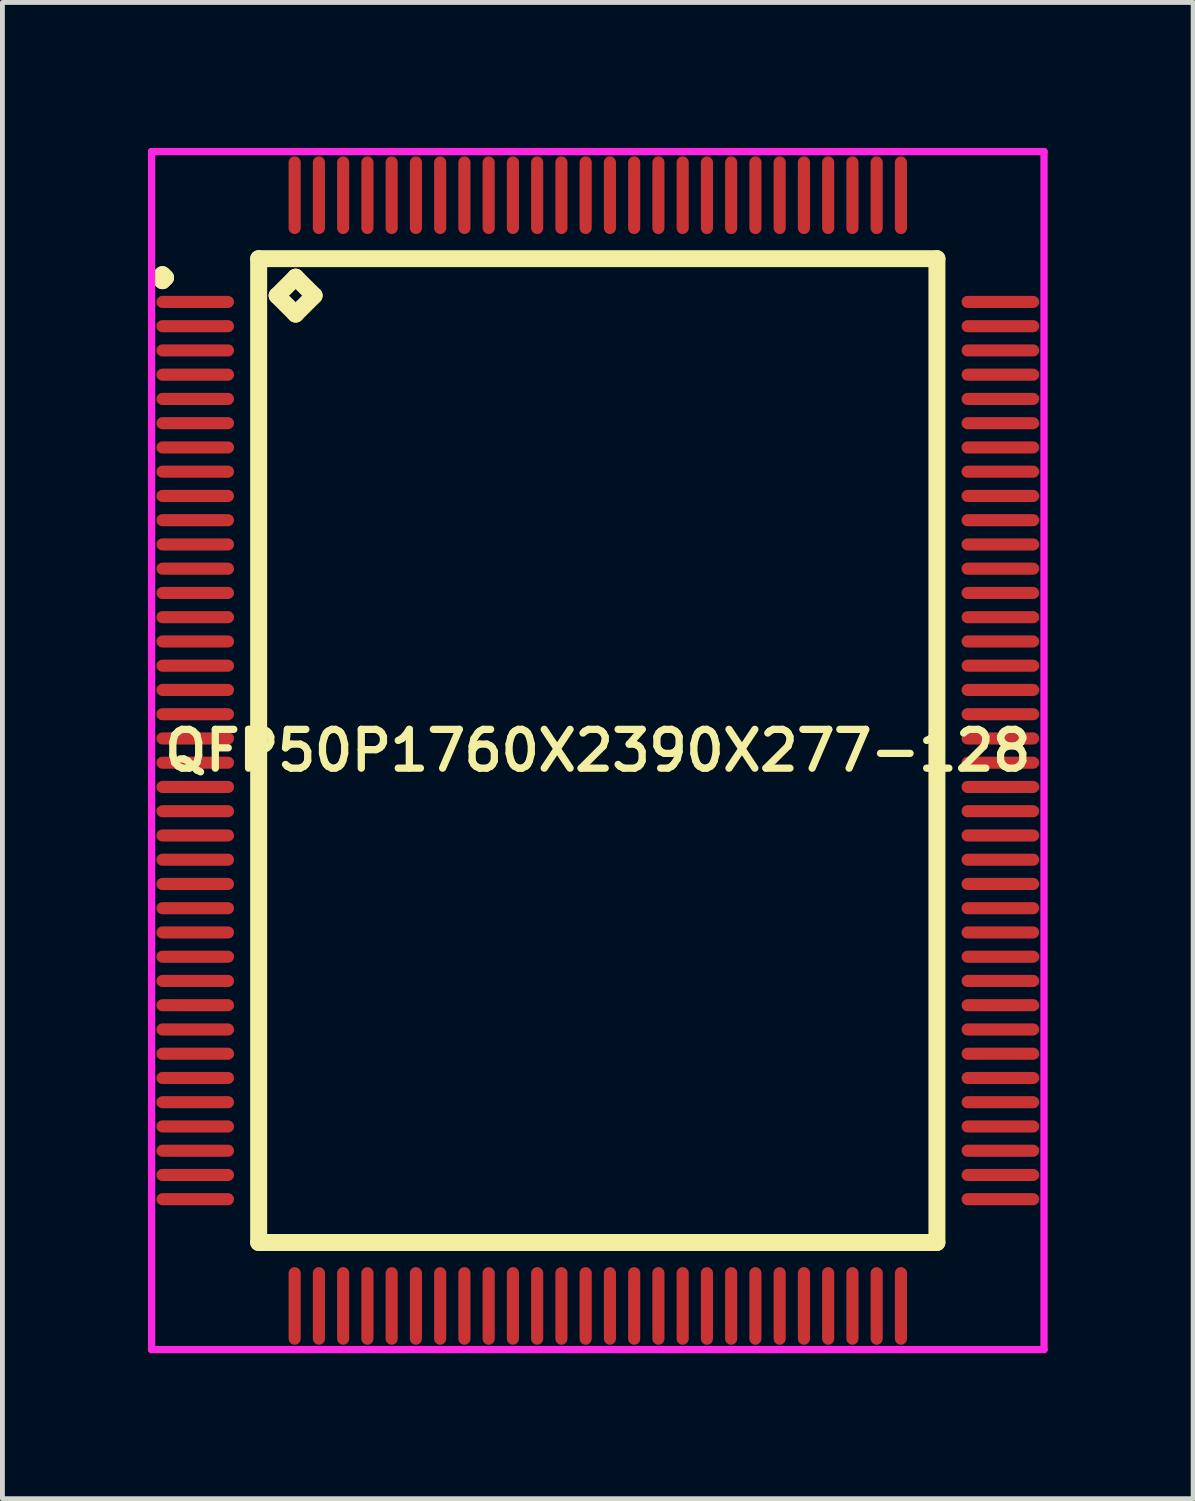
<source format=kicad_pcb>
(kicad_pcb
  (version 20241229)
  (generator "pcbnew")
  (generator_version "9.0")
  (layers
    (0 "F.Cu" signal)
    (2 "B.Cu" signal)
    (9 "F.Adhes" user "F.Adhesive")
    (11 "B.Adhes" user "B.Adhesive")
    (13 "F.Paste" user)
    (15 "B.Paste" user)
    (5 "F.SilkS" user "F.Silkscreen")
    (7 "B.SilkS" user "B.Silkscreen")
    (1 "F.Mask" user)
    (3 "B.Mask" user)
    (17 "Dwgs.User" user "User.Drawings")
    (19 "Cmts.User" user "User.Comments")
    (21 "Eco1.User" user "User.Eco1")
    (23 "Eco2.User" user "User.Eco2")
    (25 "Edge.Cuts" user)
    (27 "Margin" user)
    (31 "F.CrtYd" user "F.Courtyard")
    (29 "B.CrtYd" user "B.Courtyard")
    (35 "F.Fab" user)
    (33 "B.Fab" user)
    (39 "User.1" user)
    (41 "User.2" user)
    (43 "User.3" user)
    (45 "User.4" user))
  (footprint "QFP50P1760X2390X277-128"
    (layer "F.Cu")
    (at 9.275 12.425)
    (property "Reference" "QFP50P1760X2390X277-128" (at 0 0 0) (layer "F.SilkS") (effects (font (size 0.8 0.8) (thickness 0.15))))
    (attr through_hole)
    (fp_line (start -9.037 -9.75) (end -8.975 -9.812) (stroke (width 0.35) (type solid)) (layer "F.SilkS"))
    (fp_line (start -8.975 -9.812) (end -8.912 -9.75) (stroke (width 0.35) (type solid)) (layer "F.SilkS"))
    (fp_line (start -8.975 -9.688) (end -9.037 -9.75) (stroke (width 0.35) (type solid)) (layer "F.SilkS"))
    (fp_line (start -8.912 -9.75) (end -8.975 -9.688) (stroke (width 0.35) (type solid)) (layer "F.SilkS"))
    (fp_line (start -6.992 -10.142) (end -6.992 10.142) (stroke (width 0.35) (type solid)) (layer "F.SilkS"))
    (fp_line (start -6.992 10.142) (end 6.992 10.142) (stroke (width 0.35) (type solid)) (layer "F.SilkS"))
    (fp_line (start -6.611 -9.38) (end -6.23 -9.761) (stroke (width 0.35) (type solid)) (layer "F.SilkS"))
    (fp_line (start -6.23 -9.761) (end -5.849 -9.38) (stroke (width 0.35) (type solid)) (layer "F.SilkS"))
    (fp_line (start -6.23 -8.999) (end -6.611 -9.38) (stroke (width 0.35) (type solid)) (layer "F.SilkS"))
    (fp_line (start -5.849 -9.38) (end -6.23 -8.999) (stroke (width 0.35) (type solid)) (layer "F.SilkS"))
    (fp_line (start 6.992 -10.142) (end -6.992 -10.142) (stroke (width 0.35) (type solid)) (layer "F.SilkS"))
    (fp_line (start 6.992 10.142) (end 6.992 -10.142) (stroke (width 0.35) (type solid)) (layer "F.SilkS"))
    (fp_line (start -9.2 -12.35) (end 9.2 -12.35) (stroke (width 0.15) (type solid)) (layer "F.CrtYd"))
    (fp_line (start -9.2 12.35) (end -9.2 -12.35) (stroke (width 0.15) (type solid)) (layer "F.CrtYd"))
    (fp_line (start 9.2 -12.35) (end 9.2 12.35) (stroke (width 0.15) (type solid)) (layer "F.CrtYd"))
    (fp_line (start 9.2 12.35) (end -9.2 12.35) (stroke (width 0.15) (type solid)) (layer "F.CrtYd"))
    (pad "1" smd oval (at -8.3 -9.25) (size 1.6 0.25) (layers "F.Cu" "F.Mask" "F.Paste"))
    (pad "2" smd oval (at -8.3 -8.75) (size 1.6 0.25) (layers "F.Cu" "F.Mask" "F.Paste"))
    (pad "3" smd oval (at -8.3 -8.25) (size 1.6 0.25) (layers "F.Cu" "F.Mask" "F.Paste"))
    (pad "4" smd oval (at -8.3 -7.75) (size 1.6 0.25) (layers "F.Cu" "F.Mask" "F.Paste"))
    (pad "5" smd oval (at -8.3 -7.25) (size 1.6 0.25) (layers "F.Cu" "F.Mask" "F.Paste"))
    (pad "6" smd oval (at -8.3 -6.75) (size 1.6 0.25) (layers "F.Cu" "F.Mask" "F.Paste"))
    (pad "7" smd oval (at -8.3 -6.25) (size 1.6 0.25) (layers "F.Cu" "F.Mask" "F.Paste"))
    (pad "8" smd oval (at -8.3 -5.75) (size 1.6 0.25) (layers "F.Cu" "F.Mask" "F.Paste"))
    (pad "9" smd oval (at -8.3 -5.25) (size 1.6 0.25) (layers "F.Cu" "F.Mask" "F.Paste"))
    (pad "10" smd oval (at -8.3 -4.75) (size 1.6 0.25) (layers "F.Cu" "F.Mask" "F.Paste"))
    (pad "11" smd oval (at -8.3 -4.25) (size 1.6 0.25) (layers "F.Cu" "F.Mask" "F.Paste"))
    (pad "12" smd oval (at -8.3 -3.75) (size 1.6 0.25) (layers "F.Cu" "F.Mask" "F.Paste"))
    (pad "13" smd oval (at -8.3 -3.25) (size 1.6 0.25) (layers "F.Cu" "F.Mask" "F.Paste"))
    (pad "14" smd oval (at -8.3 -2.75) (size 1.6 0.25) (layers "F.Cu" "F.Mask" "F.Paste"))
    (pad "15" smd oval (at -8.3 -2.25) (size 1.6 0.25) (layers "F.Cu" "F.Mask" "F.Paste"))
    (pad "16" smd oval (at -8.3 -1.75) (size 1.6 0.25) (layers "F.Cu" "F.Mask" "F.Paste"))
    (pad "17" smd oval (at -8.3 -1.25) (size 1.6 0.25) (layers "F.Cu" "F.Mask" "F.Paste"))
    (pad "18" smd oval (at -8.3 -0.75) (size 1.6 0.25) (layers "F.Cu" "F.Mask" "F.Paste"))
    (pad "19" smd oval (at -8.3 -0.25) (size 1.6 0.25) (layers "F.Cu" "F.Mask" "F.Paste"))
    (pad "20" smd oval (at -8.3 0.25) (size 1.6 0.25) (layers "F.Cu" "F.Mask" "F.Paste"))
    (pad "21" smd oval (at -8.3 0.75) (size 1.6 0.25) (layers "F.Cu" "F.Mask" "F.Paste"))
    (pad "22" smd oval (at -8.3 1.25) (size 1.6 0.25) (layers "F.Cu" "F.Mask" "F.Paste"))
    (pad "23" smd oval (at -8.3 1.75) (size 1.6 0.25) (layers "F.Cu" "F.Mask" "F.Paste"))
    (pad "24" smd oval (at -8.3 2.25) (size 1.6 0.25) (layers "F.Cu" "F.Mask" "F.Paste"))
    (pad "25" smd oval (at -8.3 2.75) (size 1.6 0.25) (layers "F.Cu" "F.Mask" "F.Paste"))
    (pad "26" smd oval (at -8.3 3.25) (size 1.6 0.25) (layers "F.Cu" "F.Mask" "F.Paste"))
    (pad "27" smd oval (at -8.3 3.75) (size 1.6 0.25) (layers "F.Cu" "F.Mask" "F.Paste"))
    (pad "28" smd oval (at -8.3 4.25) (size 1.6 0.25) (layers "F.Cu" "F.Mask" "F.Paste"))
    (pad "29" smd oval (at -8.3 4.75) (size 1.6 0.25) (layers "F.Cu" "F.Mask" "F.Paste"))
    (pad "30" smd oval (at -8.3 5.25) (size 1.6 0.25) (layers "F.Cu" "F.Mask" "F.Paste"))
    (pad "31" smd oval (at -8.3 5.75) (size 1.6 0.25) (layers "F.Cu" "F.Mask" "F.Paste"))
    (pad "32" smd oval (at -8.3 6.25) (size 1.6 0.25) (layers "F.Cu" "F.Mask" "F.Paste"))
    (pad "33" smd oval (at -8.3 6.75) (size 1.6 0.25) (layers "F.Cu" "F.Mask" "F.Paste"))
    (pad "34" smd oval (at -8.3 7.25) (size 1.6 0.25) (layers "F.Cu" "F.Mask" "F.Paste"))
    (pad "35" smd oval (at -8.3 7.75) (size 1.6 0.25) (layers "F.Cu" "F.Mask" "F.Paste"))
    (pad "36" smd oval (at -8.3 8.25) (size 1.6 0.25) (layers "F.Cu" "F.Mask" "F.Paste"))
    (pad "37" smd oval (at -8.3 8.75) (size 1.6 0.25) (layers "F.Cu" "F.Mask" "F.Paste"))
    (pad "38" smd oval (at -8.3 9.25) (size 1.6 0.25) (layers "F.Cu" "F.Mask" "F.Paste"))
    (pad "39" smd oval (at -6.25 11.45) (size 0.25 1.6) (layers "F.Cu" "F.Mask" "F.Paste"))
    (pad "40" smd oval (at -5.75 11.45) (size 0.25 1.6) (layers "F.Cu" "F.Mask" "F.Paste"))
    (pad "41" smd oval (at -5.25 11.45) (size 0.25 1.6) (layers "F.Cu" "F.Mask" "F.Paste"))
    (pad "42" smd oval (at -4.75 11.45) (size 0.25 1.6) (layers "F.Cu" "F.Mask" "F.Paste"))
    (pad "43" smd oval (at -4.25 11.45) (size 0.25 1.6) (layers "F.Cu" "F.Mask" "F.Paste"))
    (pad "44" smd oval (at -3.75 11.45) (size 0.25 1.6) (layers "F.Cu" "F.Mask" "F.Paste"))
    (pad "45" smd oval (at -3.25 11.45) (size 0.25 1.6) (layers "F.Cu" "F.Mask" "F.Paste"))
    (pad "46" smd oval (at -2.75 11.45) (size 0.25 1.6) (layers "F.Cu" "F.Mask" "F.Paste"))
    (pad "47" smd oval (at -2.25 11.45) (size 0.25 1.6) (layers "F.Cu" "F.Mask" "F.Paste"))
    (pad "48" smd oval (at -1.75 11.45) (size 0.25 1.6) (layers "F.Cu" "F.Mask" "F.Paste"))
    (pad "49" smd oval (at -1.25 11.45) (size 0.25 1.6) (layers "F.Cu" "F.Mask" "F.Paste"))
    (pad "50" smd oval (at -0.75 11.45) (size 0.25 1.6) (layers "F.Cu" "F.Mask" "F.Paste"))
    (pad "51" smd oval (at -0.25 11.45) (size 0.25 1.6) (layers "F.Cu" "F.Mask" "F.Paste"))
    (pad "52" smd oval (at 0.25 11.45) (size 0.25 1.6) (layers "F.Cu" "F.Mask" "F.Paste"))
    (pad "53" smd oval (at 0.75 11.45) (size 0.25 1.6) (layers "F.Cu" "F.Mask" "F.Paste"))
    (pad "54" smd oval (at 1.25 11.45) (size 0.25 1.6) (layers "F.Cu" "F.Mask" "F.Paste"))
    (pad "55" smd oval (at 1.75 11.45) (size 0.25 1.6) (layers "F.Cu" "F.Mask" "F.Paste"))
    (pad "56" smd oval (at 2.25 11.45) (size 0.25 1.6) (layers "F.Cu" "F.Mask" "F.Paste"))
    (pad "57" smd oval (at 2.75 11.45) (size 0.25 1.6) (layers "F.Cu" "F.Mask" "F.Paste"))
    (pad "58" smd oval (at 3.25 11.45) (size 0.25 1.6) (layers "F.Cu" "F.Mask" "F.Paste"))
    (pad "59" smd oval (at 3.75 11.45) (size 0.25 1.6) (layers "F.Cu" "F.Mask" "F.Paste"))
    (pad "60" smd oval (at 4.25 11.45) (size 0.25 1.6) (layers "F.Cu" "F.Mask" "F.Paste"))
    (pad "61" smd oval (at 4.75 11.45) (size 0.25 1.6) (layers "F.Cu" "F.Mask" "F.Paste"))
    (pad "62" smd oval (at 5.25 11.45) (size 0.25 1.6) (layers "F.Cu" "F.Mask" "F.Paste"))
    (pad "63" smd oval (at 5.75 11.45) (size 0.25 1.6) (layers "F.Cu" "F.Mask" "F.Paste"))
    (pad "64" smd oval (at 6.25 11.45) (size 0.25 1.6) (layers "F.Cu" "F.Mask" "F.Paste"))
    (pad "65" smd oval (at 8.3 9.25) (size 1.6 0.25) (layers "F.Cu" "F.Mask" "F.Paste"))
    (pad "66" smd oval (at 8.3 8.75) (size 1.6 0.25) (layers "F.Cu" "F.Mask" "F.Paste"))
    (pad "67" smd oval (at 8.3 8.25) (size 1.6 0.25) (layers "F.Cu" "F.Mask" "F.Paste"))
    (pad "68" smd oval (at 8.3 7.75) (size 1.6 0.25) (layers "F.Cu" "F.Mask" "F.Paste"))
    (pad "69" smd oval (at 8.3 7.25) (size 1.6 0.25) (layers "F.Cu" "F.Mask" "F.Paste"))
    (pad "70" smd oval (at 8.3 6.75) (size 1.6 0.25) (layers "F.Cu" "F.Mask" "F.Paste"))
    (pad "71" smd oval (at 8.3 6.25) (size 1.6 0.25) (layers "F.Cu" "F.Mask" "F.Paste"))
    (pad "72" smd oval (at 8.3 5.75) (size 1.6 0.25) (layers "F.Cu" "F.Mask" "F.Paste"))
    (pad "73" smd oval (at 8.3 5.25) (size 1.6 0.25) (layers "F.Cu" "F.Mask" "F.Paste"))
    (pad "74" smd oval (at 8.3 4.75) (size 1.6 0.25) (layers "F.Cu" "F.Mask" "F.Paste"))
    (pad "75" smd oval (at 8.3 4.25) (size 1.6 0.25) (layers "F.Cu" "F.Mask" "F.Paste"))
    (pad "76" smd oval (at 8.3 3.75) (size 1.6 0.25) (layers "F.Cu" "F.Mask" "F.Paste"))
    (pad "77" smd oval (at 8.3 3.25) (size 1.6 0.25) (layers "F.Cu" "F.Mask" "F.Paste"))
    (pad "78" smd oval (at 8.3 2.75) (size 1.6 0.25) (layers "F.Cu" "F.Mask" "F.Paste"))
    (pad "79" smd oval (at 8.3 2.25) (size 1.6 0.25) (layers "F.Cu" "F.Mask" "F.Paste"))
    (pad "80" smd oval (at 8.3 1.75) (size 1.6 0.25) (layers "F.Cu" "F.Mask" "F.Paste"))
    (pad "81" smd oval (at 8.3 1.25) (size 1.6 0.25) (layers "F.Cu" "F.Mask" "F.Paste"))
    (pad "82" smd oval (at 8.3 0.75) (size 1.6 0.25) (layers "F.Cu" "F.Mask" "F.Paste"))
    (pad "83" smd oval (at 8.3 0.25) (size 1.6 0.25) (layers "F.Cu" "F.Mask" "F.Paste"))
    (pad "84" smd oval (at 8.3 -0.25) (size 1.6 0.25) (layers "F.Cu" "F.Mask" "F.Paste"))
    (pad "85" smd oval (at 8.3 -0.75) (size 1.6 0.25) (layers "F.Cu" "F.Mask" "F.Paste"))
    (pad "86" smd oval (at 8.3 -1.25) (size 1.6 0.25) (layers "F.Cu" "F.Mask" "F.Paste"))
    (pad "87" smd oval (at 8.3 -1.75) (size 1.6 0.25) (layers "F.Cu" "F.Mask" "F.Paste"))
    (pad "88" smd oval (at 8.3 -2.25) (size 1.6 0.25) (layers "F.Cu" "F.Mask" "F.Paste"))
    (pad "89" smd oval (at 8.3 -2.75) (size 1.6 0.25) (layers "F.Cu" "F.Mask" "F.Paste"))
    (pad "90" smd oval (at 8.3 -3.25) (size 1.6 0.25) (layers "F.Cu" "F.Mask" "F.Paste"))
    (pad "91" smd oval (at 8.3 -3.75) (size 1.6 0.25) (layers "F.Cu" "F.Mask" "F.Paste"))
    (pad "92" smd oval (at 8.3 -4.25) (size 1.6 0.25) (layers "F.Cu" "F.Mask" "F.Paste"))
    (pad "93" smd oval (at 8.3 -4.75) (size 1.6 0.25) (layers "F.Cu" "F.Mask" "F.Paste"))
    (pad "94" smd oval (at 8.3 -5.25) (size 1.6 0.25) (layers "F.Cu" "F.Mask" "F.Paste"))
    (pad "95" smd oval (at 8.3 -5.75) (size 1.6 0.25) (layers "F.Cu" "F.Mask" "F.Paste"))
    (pad "96" smd oval (at 8.3 -6.25) (size 1.6 0.25) (layers "F.Cu" "F.Mask" "F.Paste"))
    (pad "97" smd oval (at 8.3 -6.75) (size 1.6 0.25) (layers "F.Cu" "F.Mask" "F.Paste"))
    (pad "98" smd oval (at 8.3 -7.25) (size 1.6 0.25) (layers "F.Cu" "F.Mask" "F.Paste"))
    (pad "99" smd oval (at 8.3 -7.75) (size 1.6 0.25) (layers "F.Cu" "F.Mask" "F.Paste"))
    (pad "100" smd oval (at 8.3 -8.25) (size 1.6 0.25) (layers "F.Cu" "F.Mask" "F.Paste"))
    (pad "101" smd oval (at 8.3 -8.75) (size 1.6 0.25) (layers "F.Cu" "F.Mask" "F.Paste"))
    (pad "102" smd oval (at 8.3 -9.25) (size 1.6 0.25) (layers "F.Cu" "F.Mask" "F.Paste"))
    (pad "103" smd oval (at 6.25 -11.45) (size 0.25 1.6) (layers "F.Cu" "F.Mask" "F.Paste"))
    (pad "104" smd oval (at 5.75 -11.45) (size 0.25 1.6) (layers "F.Cu" "F.Mask" "F.Paste"))
    (pad "105" smd oval (at 5.25 -11.45) (size 0.25 1.6) (layers "F.Cu" "F.Mask" "F.Paste"))
    (pad "106" smd oval (at 4.75 -11.45) (size 0.25 1.6) (layers "F.Cu" "F.Mask" "F.Paste"))
    (pad "107" smd oval (at 4.25 -11.45) (size 0.25 1.6) (layers "F.Cu" "F.Mask" "F.Paste"))
    (pad "108" smd oval (at 3.75 -11.45) (size 0.25 1.6) (layers "F.Cu" "F.Mask" "F.Paste"))
    (pad "109" smd oval (at 3.25 -11.45) (size 0.25 1.6) (layers "F.Cu" "F.Mask" "F.Paste"))
    (pad "110" smd oval (at 2.75 -11.45) (size 0.25 1.6) (layers "F.Cu" "F.Mask" "F.Paste"))
    (pad "111" smd oval (at 2.25 -11.45) (size 0.25 1.6) (layers "F.Cu" "F.Mask" "F.Paste"))
    (pad "112" smd oval (at 1.75 -11.45) (size 0.25 1.6) (layers "F.Cu" "F.Mask" "F.Paste"))
    (pad "113" smd oval (at 1.25 -11.45) (size 0.25 1.6) (layers "F.Cu" "F.Mask" "F.Paste"))
    (pad "114" smd oval (at 0.75 -11.45) (size 0.25 1.6) (layers "F.Cu" "F.Mask" "F.Paste"))
    (pad "115" smd oval (at 0.25 -11.45) (size 0.25 1.6) (layers "F.Cu" "F.Mask" "F.Paste"))
    (pad "116" smd oval (at -0.25 -11.45) (size 0.25 1.6) (layers "F.Cu" "F.Mask" "F.Paste"))
    (pad "117" smd oval (at -0.75 -11.45) (size 0.25 1.6) (layers "F.Cu" "F.Mask" "F.Paste"))
    (pad "118" smd oval (at -1.25 -11.45) (size 0.25 1.6) (layers "F.Cu" "F.Mask" "F.Paste"))
    (pad "119" smd oval (at -1.75 -11.45) (size 0.25 1.6) (layers "F.Cu" "F.Mask" "F.Paste"))
    (pad "120" smd oval (at -2.25 -11.45) (size 0.25 1.6) (layers "F.Cu" "F.Mask" "F.Paste"))
    (pad "121" smd oval (at -2.75 -11.45) (size 0.25 1.6) (layers "F.Cu" "F.Mask" "F.Paste"))
    (pad "122" smd oval (at -3.25 -11.45) (size 0.25 1.6) (layers "F.Cu" "F.Mask" "F.Paste"))
    (pad "123" smd oval (at -3.75 -11.45) (size 0.25 1.6) (layers "F.Cu" "F.Mask" "F.Paste"))
    (pad "124" smd oval (at -4.25 -11.45) (size 0.25 1.6) (layers "F.Cu" "F.Mask" "F.Paste"))
    (pad "125" smd oval (at -4.75 -11.45) (size 0.25 1.6) (layers "F.Cu" "F.Mask" "F.Paste"))
    (pad "126" smd oval (at -5.25 -11.45) (size 0.25 1.6) (layers "F.Cu" "F.Mask" "F.Paste"))
    (pad "127" smd oval (at -5.75 -11.45) (size 0.25 1.6) (layers "F.Cu" "F.Mask" "F.Paste"))
    (pad "128" smd oval (at -6.25 -11.45) (size 0.25 1.6) (layers "F.Cu" "F.Mask" "F.Paste")))
  (gr_rect
    (start -3 -3)
    (end 21.55 27.85)
    (stroke (width 0.1) (type default))
    (fill no)
    (layer "Edge.Cuts")))
</source>
